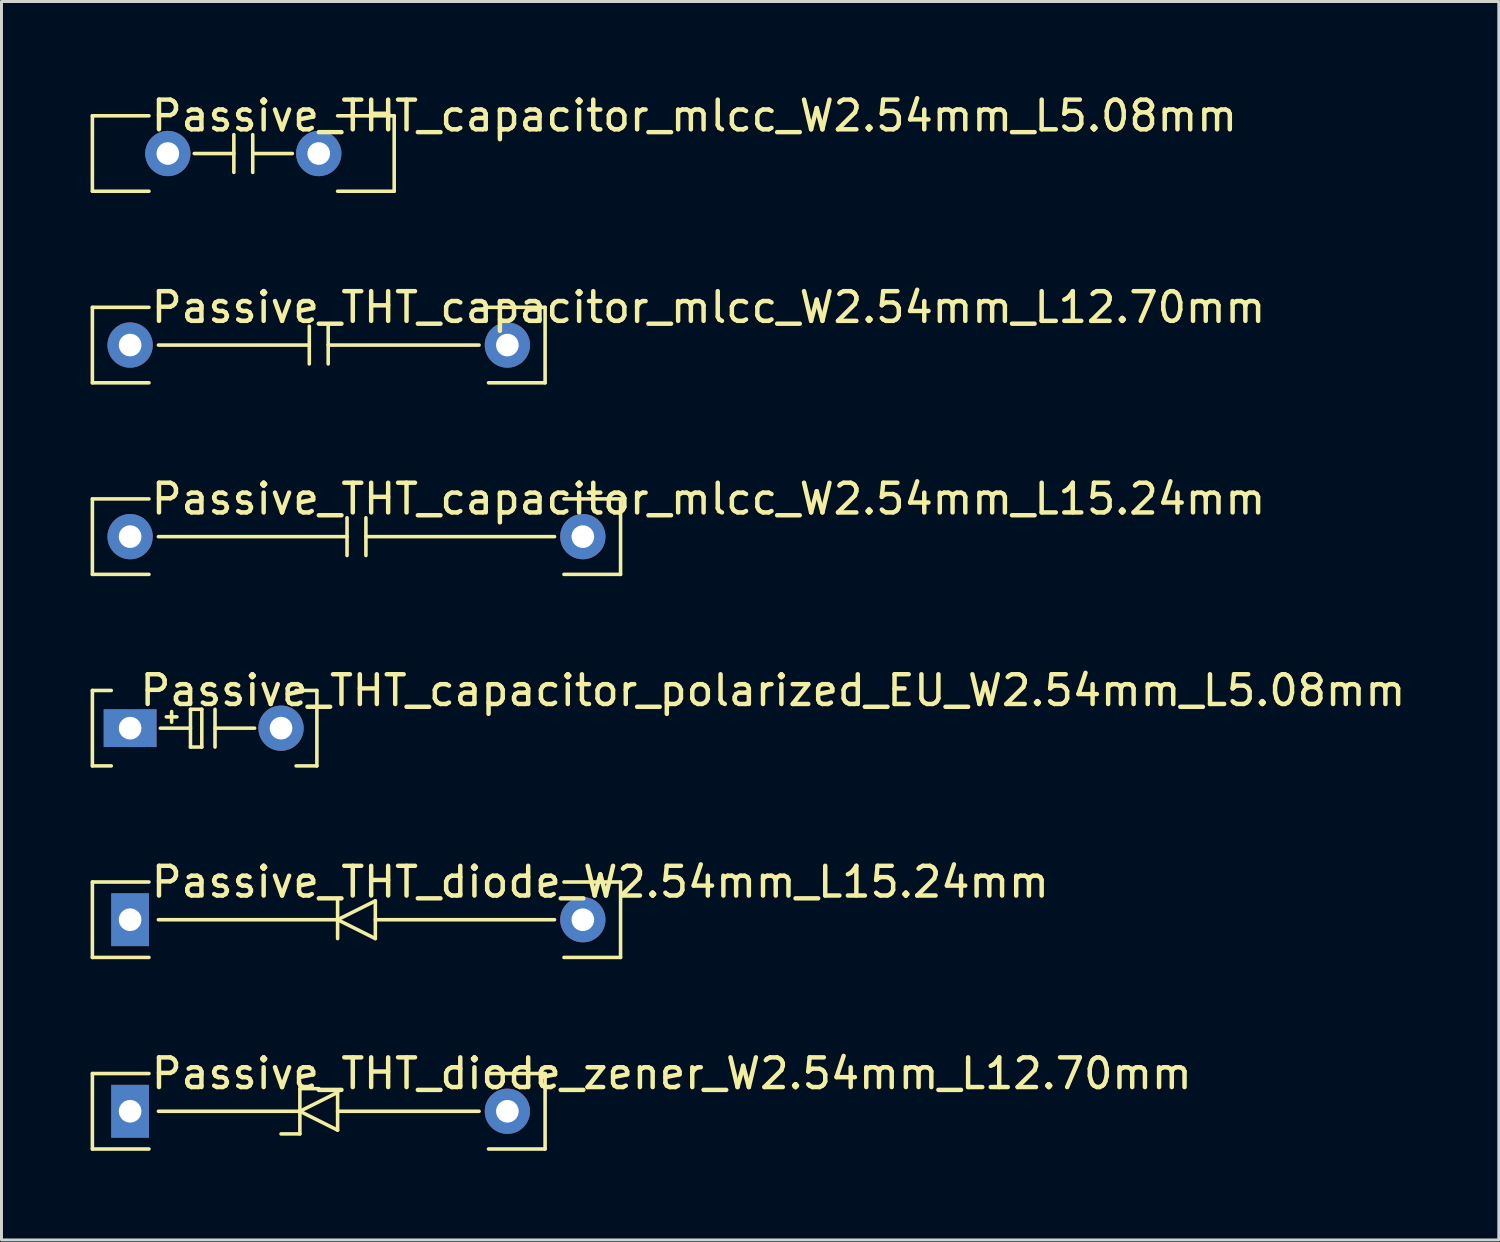
<source format=kicad_pcb>
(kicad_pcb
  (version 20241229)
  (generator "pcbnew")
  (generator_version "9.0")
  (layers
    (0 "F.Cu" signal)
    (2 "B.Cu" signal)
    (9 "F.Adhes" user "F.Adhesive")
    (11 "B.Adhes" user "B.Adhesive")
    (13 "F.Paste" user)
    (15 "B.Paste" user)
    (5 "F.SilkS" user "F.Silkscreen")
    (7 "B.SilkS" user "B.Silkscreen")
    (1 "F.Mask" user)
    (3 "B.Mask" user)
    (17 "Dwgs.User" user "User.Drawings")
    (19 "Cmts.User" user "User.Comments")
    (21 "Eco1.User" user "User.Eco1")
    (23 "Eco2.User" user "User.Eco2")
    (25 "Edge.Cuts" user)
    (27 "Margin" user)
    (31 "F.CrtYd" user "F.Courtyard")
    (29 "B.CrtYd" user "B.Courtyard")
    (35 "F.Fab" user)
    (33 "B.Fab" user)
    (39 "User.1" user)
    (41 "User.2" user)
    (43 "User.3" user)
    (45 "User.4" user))
  (footprint "Passive_THT_diode_W2.54mm_L15.24mm"
    (layer "F.Cu")
    (at 8.95 27.911)
    (property "Reference" "Passive_THT_diode_W2.54mm_L15.24mm" (at -6.985 -1.27 0) (layer "F.SilkS") (effects (font (size 1 1) (thickness 0.15)) (justify left)))
    (attr through_hole)
    (fp_line (start -8.89 -1.27) (end -6.985 -1.27) (stroke (width 0.12) (type solid)) (layer "F.SilkS"))
    (fp_line (start -8.89 1.27) (end -8.89 -1.27) (stroke (width 0.12) (type solid)) (layer "F.SilkS"))
    (fp_line (start -6.985 1.27) (end -8.89 1.27) (stroke (width 0.12) (type solid)) (layer "F.SilkS"))
    (fp_line (start -0.635 -0.635) (end -0.635 0.635) (stroke (width 0.12) (type solid)) (layer "F.SilkS"))
    (fp_line (start -0.635 0) (end -6.668 0) (stroke (width 0.12) (type solid)) (layer "F.SilkS"))
    (fp_line (start -0.635 0) (end 0.635 0.635) (stroke (width 0.12) (type solid)) (layer "F.SilkS"))
    (fp_line (start 0.635 -0.635) (end -0.635 0) (stroke (width 0.12) (type solid)) (layer "F.SilkS"))
    (fp_line (start 0.635 0) (end 6.668 0) (stroke (width 0.12) (type solid)) (layer "F.SilkS"))
    (fp_line (start 0.635 0.635) (end 0.635 -0.635) (stroke (width 0.12) (type solid)) (layer "F.SilkS"))
    (fp_line (start 6.985 -1.27) (end 8.89 -1.27) (stroke (width 0.12) (type solid)) (layer "F.SilkS"))
    (fp_line (start 8.89 -1.27) (end 8.89 1.27) (stroke (width 0.12) (type solid)) (layer "F.SilkS"))
    (fp_line (start 8.89 1.27) (end 6.985 1.27) (stroke (width 0.12) (type solid)) (layer "F.SilkS"))
    (pad "1" thru_hole rect (at -7.62 0) (size 1.27 1.778) (drill 0.762) (layers "*.Cu" "*.Mask"))
    (pad "2" thru_hole circle (at 7.62 0) (size 1.524 1.524) (drill 0.762) (layers "*.Cu" "*.Mask")))
  (footprint "Passive_THT_capacitor_mlcc_W2.54mm_L15.24mm"
    (layer "F.Cu")
    (at 8.95 15.015)
    (property "Reference" "Passive_THT_capacitor_mlcc_W2.54mm_L15.24mm" (at -6.985 -1.27 0) (layer "F.SilkS") (effects (font (size 1 1) (thickness 0.15)) (justify left)))
    (attr through_hole)
    (fp_line (start -8.89 -1.27) (end -6.985 -1.27) (stroke (width 0.12) (type solid)) (layer "F.SilkS"))
    (fp_line (start -8.89 1.27) (end -8.89 -1.27) (stroke (width 0.12) (type solid)) (layer "F.SilkS"))
    (fp_line (start -6.985 1.27) (end -8.89 1.27) (stroke (width 0.12) (type solid)) (layer "F.SilkS"))
    (fp_line (start -6.668 0) (end -0.318 0) (stroke (width 0.12) (type solid)) (layer "F.SilkS"))
    (fp_line (start -0.318 -0.635) (end -0.318 0.635) (stroke (width 0.12) (type solid)) (layer "F.SilkS"))
    (fp_line (start 0.318 -0.635) (end 0.318 0.635) (stroke (width 0.12) (type solid)) (layer "F.SilkS"))
    (fp_line (start 0.318 0) (end 6.668 0) (stroke (width 0.12) (type solid)) (layer "F.SilkS"))
    (fp_line (start 6.985 -1.27) (end 8.89 -1.27) (stroke (width 0.12) (type solid)) (layer "F.SilkS"))
    (fp_line (start 8.89 -1.27) (end 8.89 1.27) (stroke (width 0.12) (type solid)) (layer "F.SilkS"))
    (fp_line (start 8.89 1.27) (end 6.985 1.27) (stroke (width 0.12) (type solid)) (layer "F.SilkS"))
    (pad "1" thru_hole circle (at -7.62 0) (size 1.524 1.524) (drill 0.762) (layers "*.Cu" "*.Mask"))
    (pad "2" thru_hole circle (at 7.62 0) (size 1.524 1.524) (drill 0.762) (layers "*.Cu" "*.Mask")))
  (footprint "Passive_THT_capacitor_polarized_EU_W2.54mm_L5.08mm"
    (layer "F.Cu")
    (at 3.87 21.463)
    (property "Reference" "Passive_THT_capacitor_polarized_EU_W2.54mm_L5.08mm" (at -2.286 -1.27 0) (layer "F.SilkS") (effects (font (size 1 1) (thickness 0.15)) (justify left)))
    (attr through_hole)
    (fp_line (start -3.81 -1.27) (end -3.175 -1.27) (stroke (width 0.12) (type solid)) (layer "F.SilkS"))
    (fp_line (start -3.81 1.27) (end -3.81 -1.27) (stroke (width 0.12) (type solid)) (layer "F.SilkS"))
    (fp_line (start -3.175 1.27) (end -3.81 1.27) (stroke (width 0.12) (type solid)) (layer "F.SilkS"))
    (fp_line (start -1.524 0) (end -0.508 0) (stroke (width 0.12) (type solid)) (layer "F.SilkS"))
    (fp_line (start -1.143 -0.559) (end -1.143 -0.203) (stroke (width 0.12) (type solid)) (layer "F.SilkS"))
    (fp_line (start -0.965 -0.381) (end -1.321 -0.381) (stroke (width 0.12) (type solid)) (layer "F.SilkS"))
    (fp_line (start -0.508 -0.635) (end -0.508 0.635) (stroke (width 0.12) (type solid)) (layer "F.SilkS"))
    (fp_line (start -0.508 -0.635) (end -0.127 -0.635) (stroke (width 0.12) (type solid)) (layer "F.SilkS"))
    (fp_line (start -0.127 -0.635) (end -0.127 0.635) (stroke (width 0.12) (type solid)) (layer "F.SilkS"))
    (fp_line (start -0.127 0.635) (end -0.508 0.635) (stroke (width 0.12) (type solid)) (layer "F.SilkS"))
    (fp_line (start 0.318 -0.635) (end 0.318 0.635) (stroke (width 0.12) (type solid)) (layer "F.SilkS"))
    (fp_line (start 0.318 0) (end 1.651 0) (stroke (width 0.12) (type solid)) (layer "F.SilkS"))
    (fp_line (start 3.048 -1.27) (end 3.747 -1.27) (stroke (width 0.12) (type solid)) (layer "F.SilkS"))
    (fp_line (start 3.747 -1.27) (end 3.747 1.27) (stroke (width 0.12) (type solid)) (layer "F.SilkS"))
    (fp_line (start 3.747 1.27) (end 3.048 1.27) (stroke (width 0.12) (type solid)) (layer "F.SilkS"))
    (pad "1" thru_hole rect (at -2.54 0) (size 1.778 1.27) (drill 0.762) (layers "*.Cu" "*.Mask"))
    (pad "2" thru_hole circle (at 2.54 0) (size 1.524 1.524) (drill 0.762) (layers "*.Cu" "*.Mask")))
  (footprint "Passive_THT_capacitor_mlcc_W2.54mm_L5.08mm"
    (layer "F.Cu")
    (at 5.14 2.118)
    (property "Reference" "Passive_THT_capacitor_mlcc_W2.54mm_L5.08mm" (at -3.175 -1.27 0) (layer "F.SilkS") (effects (font (size 1 1) (thickness 0.15)) (justify left)))
    (attr through_hole)
    (fp_line (start -5.08 -1.27) (end -3.175 -1.27) (stroke (width 0.12) (type solid)) (layer "F.SilkS"))
    (fp_line (start -5.08 1.27) (end -5.08 -1.27) (stroke (width 0.12) (type solid)) (layer "F.SilkS"))
    (fp_line (start -3.175 1.27) (end -5.08 1.27) (stroke (width 0.12) (type solid)) (layer "F.SilkS"))
    (fp_line (start -1.651 0) (end -0.318 0) (stroke (width 0.12) (type solid)) (layer "F.SilkS"))
    (fp_line (start -0.318 -0.635) (end -0.318 0.635) (stroke (width 0.12) (type solid)) (layer "F.SilkS"))
    (fp_line (start 0.318 -0.635) (end 0.318 0.635) (stroke (width 0.12) (type solid)) (layer "F.SilkS"))
    (fp_line (start 0.318 0) (end 1.651 0) (stroke (width 0.12) (type solid)) (layer "F.SilkS"))
    (fp_line (start 3.175 -1.27) (end 5.08 -1.27) (stroke (width 0.12) (type solid)) (layer "F.SilkS"))
    (fp_line (start 5.08 -1.27) (end 5.08 1.27) (stroke (width 0.12) (type solid)) (layer "F.SilkS"))
    (fp_line (start 5.08 1.27) (end 3.175 1.27) (stroke (width 0.12) (type solid)) (layer "F.SilkS"))
    (pad "1" thru_hole circle (at -2.54 0) (size 1.524 1.524) (drill 0.762) (layers "*.Cu" "*.Mask"))
    (pad "2" thru_hole circle (at 2.54 0) (size 1.524 1.524) (drill 0.762) (layers "*.Cu" "*.Mask")))
  (footprint "Passive_THT_capacitor_mlcc_W2.54mm_L12.70mm"
    (layer "F.Cu")
    (at 7.68 8.566)
    (property "Reference" "Passive_THT_capacitor_mlcc_W2.54mm_L12.70mm" (at -5.715 -1.27 0) (layer "F.SilkS") (effects (font (size 1 1) (thickness 0.15)) (justify left)))
    (attr through_hole)
    (fp_line (start -7.62 -1.27) (end -5.715 -1.27) (stroke (width 0.12) (type solid)) (layer "F.SilkS"))
    (fp_line (start -7.62 1.27) (end -7.62 -1.27) (stroke (width 0.12) (type solid)) (layer "F.SilkS"))
    (fp_line (start -5.715 1.27) (end -7.62 1.27) (stroke (width 0.12) (type solid)) (layer "F.SilkS"))
    (fp_line (start -5.397 0) (end -0.318 0) (stroke (width 0.12) (type solid)) (layer "F.SilkS"))
    (fp_line (start -0.318 -0.635) (end -0.318 0.635) (stroke (width 0.12) (type solid)) (layer "F.SilkS"))
    (fp_line (start 0.318 -0.635) (end 0.318 0.635) (stroke (width 0.12) (type solid)) (layer "F.SilkS"))
    (fp_line (start 0.318 0) (end 5.397 0) (stroke (width 0.12) (type solid)) (layer "F.SilkS"))
    (fp_line (start 5.715 -1.27) (end 7.62 -1.27) (stroke (width 0.12) (type solid)) (layer "F.SilkS"))
    (fp_line (start 7.62 -1.27) (end 7.62 1.27) (stroke (width 0.12) (type solid)) (layer "F.SilkS"))
    (fp_line (start 7.62 1.27) (end 5.715 1.27) (stroke (width 0.12) (type solid)) (layer "F.SilkS"))
    (pad "1" thru_hole circle (at -6.35 0) (size 1.524 1.524) (drill 0.762) (layers "*.Cu" "*.Mask"))
    (pad "2" thru_hole circle (at 6.35 0) (size 1.524 1.524) (drill 0.762) (layers "*.Cu" "*.Mask")))
  (footprint "Passive_THT_diode_zener_W2.54mm_L12.70mm"
    (layer "F.Cu")
    (at 7.68 34.359)
    (property "Reference" "Passive_THT_diode_zener_W2.54mm_L12.70mm" (at -5.715 -1.27 0) (layer "F.SilkS") (effects (font (size 1 1) (thickness 0.15)) (justify left)))
    (attr through_hole)
    (fp_line (start -7.62 -1.27) (end -5.715 -1.27) (stroke (width 0.12) (type solid)) (layer "F.SilkS"))
    (fp_line (start -7.62 1.27) (end -7.62 -1.27) (stroke (width 0.12) (type solid)) (layer "F.SilkS"))
    (fp_line (start -5.715 1.27) (end -7.62 1.27) (stroke (width 0.12) (type solid)) (layer "F.SilkS"))
    (fp_line (start -0.635 -0.762) (end -0.635 0.762) (stroke (width 0.12) (type solid)) (layer "F.SilkS"))
    (fp_line (start -0.635 -0.762) (end 0 -0.762) (stroke (width 0.12) (type default)) (layer "F.SilkS"))
    (fp_line (start -0.635 0) (end -5.397 0) (stroke (width 0.12) (type solid)) (layer "F.SilkS"))
    (fp_line (start -0.635 0) (end 0.635 0.635) (stroke (width 0.12) (type solid)) (layer "F.SilkS"))
    (fp_line (start -0.635 0.762) (end -1.27 0.762) (stroke (width 0.12) (type default)) (layer "F.SilkS"))
    (fp_line (start 0.635 -0.635) (end -0.635 0) (stroke (width 0.12) (type solid)) (layer "F.SilkS"))
    (fp_line (start 0.635 0) (end 5.397 0) (stroke (width 0.12) (type solid)) (layer "F.SilkS"))
    (fp_line (start 0.635 0.635) (end 0.635 -0.635) (stroke (width 0.12) (type solid)) (layer "F.SilkS"))
    (fp_line (start 5.715 -1.27) (end 7.62 -1.27) (stroke (width 0.12) (type solid)) (layer "F.SilkS"))
    (fp_line (start 7.62 -1.27) (end 7.62 1.27) (stroke (width 0.12) (type solid)) (layer "F.SilkS"))
    (fp_line (start 7.62 1.27) (end 5.715 1.27) (stroke (width 0.12) (type solid)) (layer "F.SilkS"))
    (pad "1" thru_hole rect (at -6.35 0) (size 1.27 1.778) (drill 0.762) (layers "*.Cu" "*.Mask"))
    (pad "2" thru_hole circle (at 6.35 0) (size 1.524 1.524) (drill 0.762) (layers "*.Cu" "*.Mask")))
  (gr_rect
    (start -3 -3)
    (end 47.405 38.69)
    (stroke (width 0.1) (type default))
    (fill no)
    (layer "Edge.Cuts")))
</source>
